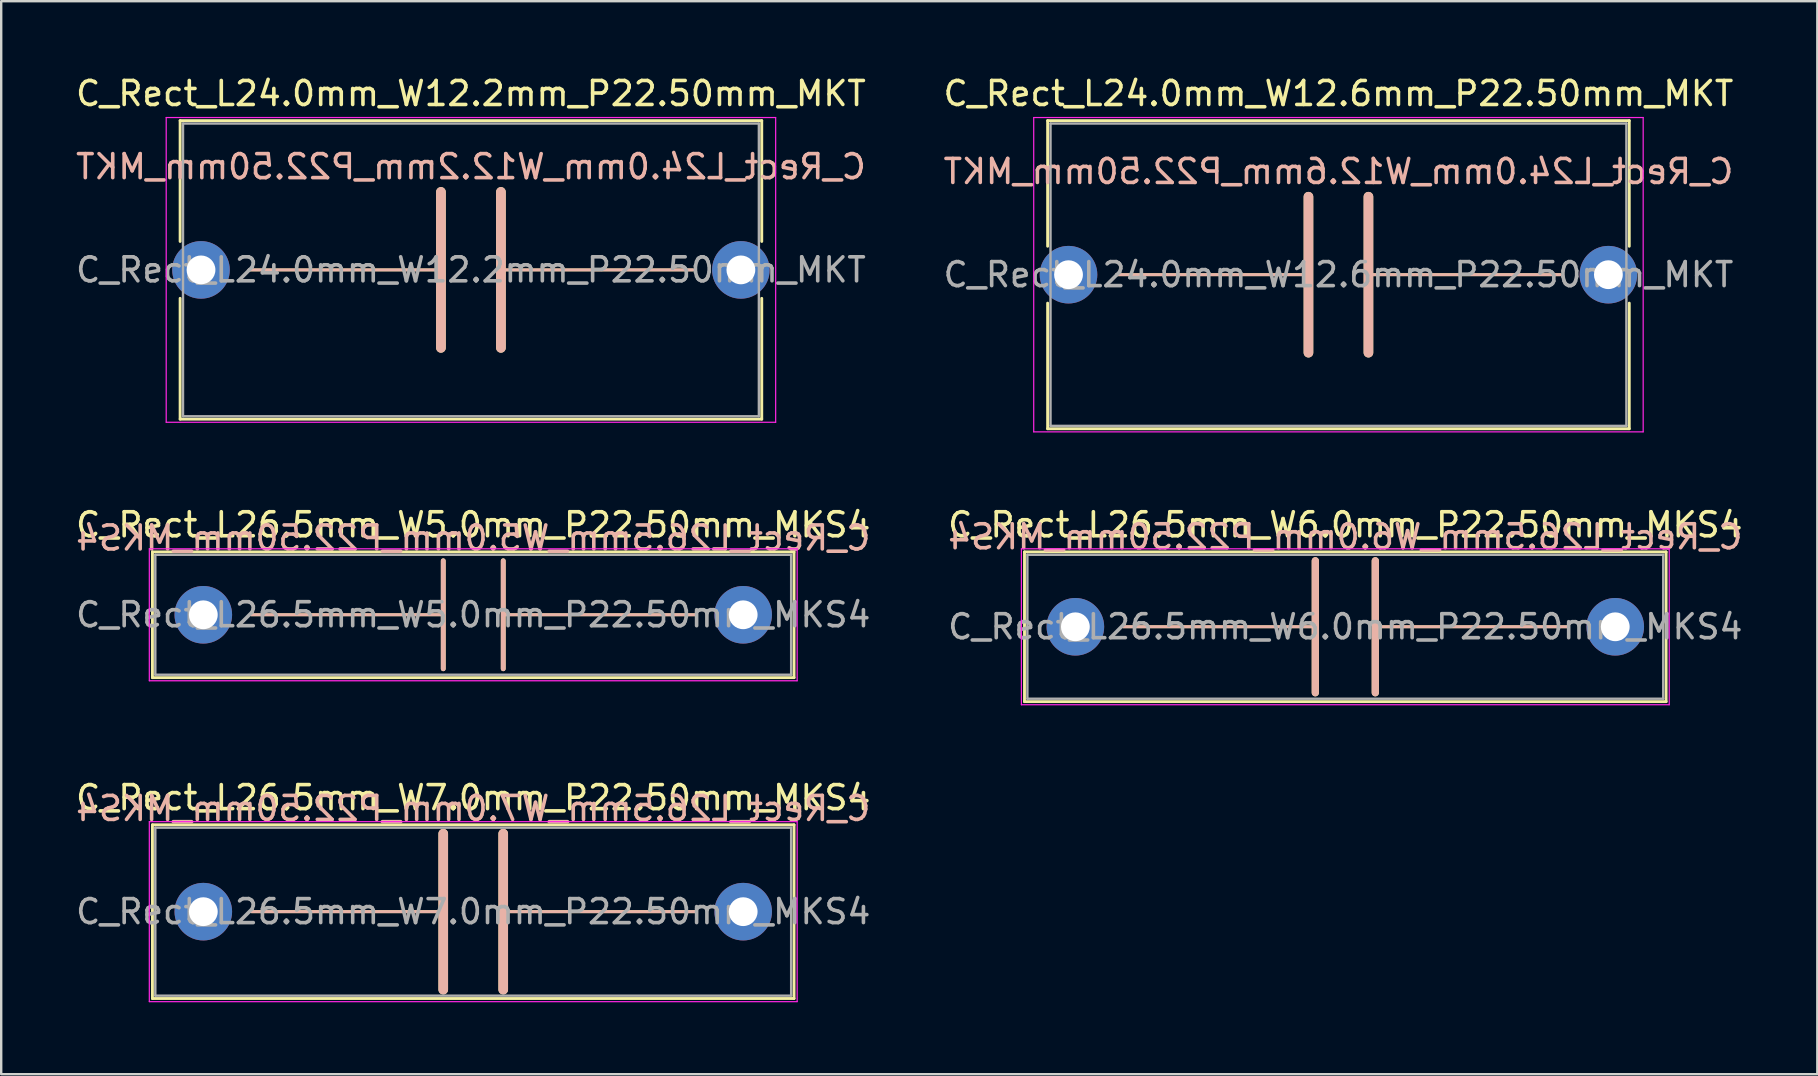
<source format=kicad_pcb>
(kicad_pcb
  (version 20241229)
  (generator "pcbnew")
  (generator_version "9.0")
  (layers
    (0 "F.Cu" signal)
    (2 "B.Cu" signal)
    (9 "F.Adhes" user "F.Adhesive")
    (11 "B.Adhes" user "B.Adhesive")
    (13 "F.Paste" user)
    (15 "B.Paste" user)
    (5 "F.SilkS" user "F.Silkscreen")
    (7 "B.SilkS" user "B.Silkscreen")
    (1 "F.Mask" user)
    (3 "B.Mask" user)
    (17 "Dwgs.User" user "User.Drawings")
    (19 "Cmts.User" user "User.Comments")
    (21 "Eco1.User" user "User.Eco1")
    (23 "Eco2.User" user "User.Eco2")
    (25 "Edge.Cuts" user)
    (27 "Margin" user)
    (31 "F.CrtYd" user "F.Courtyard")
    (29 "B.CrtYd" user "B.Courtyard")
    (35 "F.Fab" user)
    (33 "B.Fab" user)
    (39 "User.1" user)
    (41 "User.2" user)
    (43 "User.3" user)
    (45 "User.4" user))
  (footprint "C_Rect_L26.5mm_W5.0mm_P22.50mm_MKS4"
    (layer "F.Cu")
    (at 5.423 22.572)
    (property "Reference" "C_Rect_L26.5mm_W5.0mm_P22.50mm_MKS4" (at 11.25 -3.75 0) (layer "F.SilkS") (effects (font (size 1 1) (thickness 0.15))))
    (fp_line (start -2.12 -2.62) (end -2.12 2.62) (stroke (width 0.12) (type solid)) (layer "F.SilkS"))
    (fp_line (start -2.12 -2.62) (end 24.62 -2.62) (stroke (width 0.12) (type solid)) (layer "F.SilkS"))
    (fp_line (start -2.12 2.62) (end 24.62 2.62) (stroke (width 0.12) (type solid)) (layer "F.SilkS"))
    (fp_line (start 2 0) (end 10 0) (stroke (width 0.12) (type solid)) (layer "F.SilkS"))
    (fp_line (start 10 -2.25) (end 10 2.25) (stroke (width 0.2) (type solid)) (layer "F.SilkS"))
    (fp_line (start 12.5 -2.25) (end 12.5 2.25) (stroke (width 0.2) (type solid)) (layer "F.SilkS"))
    (fp_line (start 12.5 0) (end 20.5 0) (stroke (width 0.12) (type solid)) (layer "F.SilkS"))
    (fp_line (start 24.62 -2.62) (end 24.62 2.62) (stroke (width 0.12) (type solid)) (layer "F.SilkS"))
    (fp_line (start 2 0) (end 10 0) (stroke (width 0.12) (type solid)) (layer "B.SilkS"))
    (fp_line (start 10 2.25) (end 10 -2.25) (stroke (width 0.2) (type solid)) (layer "B.SilkS"))
    (fp_line (start 12.5 0) (end 20.5 0) (stroke (width 0.12) (type solid)) (layer "B.SilkS"))
    (fp_line (start 12.5 2.25) (end 12.5 -2.25) (stroke (width 0.2) (type solid)) (layer "B.SilkS"))
    (fp_line (start -2.25 -2.75) (end -2.25 2.75) (stroke (width 0.05) (type solid)) (layer "F.CrtYd"))
    (fp_line (start -2.25 2.75) (end 24.75 2.75) (stroke (width 0.05) (type solid)) (layer "F.CrtYd"))
    (fp_line (start 24.75 -2.75) (end -2.25 -2.75) (stroke (width 0.05) (type solid)) (layer "F.CrtYd"))
    (fp_line (start 24.75 2.75) (end 24.75 -2.75) (stroke (width 0.05) (type solid)) (layer "F.CrtYd"))
    (fp_line (start -2 -2.5) (end -2 2.5) (stroke (width 0.1) (type solid)) (layer "F.Fab"))
    (fp_line (start -2 2.5) (end 24.5 2.5) (stroke (width 0.1) (type solid)) (layer "F.Fab"))
    (fp_line (start 24.5 -2.5) (end -2 -2.5) (stroke (width 0.1) (type solid)) (layer "F.Fab"))
    (fp_line (start 24.5 2.5) (end 24.5 -2.5) (stroke (width 0.1) (type solid)) (layer "F.Fab"))
    (fp_text user "${REFERENCE}" (at 11.25 -3.2 0) (layer "B.SilkS") (effects (font (size 1 1) (thickness 0.15)) (justify mirror)))
    (fp_text user "${REFERENCE}" (at 11.25 0 0) (layer "F.Fab") (effects (font (size 1 1) (thickness 0.15))))
    (pad "1" thru_hole circle (at 0 0) (size 2.4 2.4) (drill 1.2) (layers "*.Cu" "*.Mask"))
    (pad "2" thru_hole circle (at 22.5 0) (size 2.4 2.4) (drill 1.2) (layers "*.Cu" "*.Mask")))
  (footprint "C_Rect_L26.5mm_W6.0mm_P22.50mm_MKS4"
    (layer "F.Cu")
    (at 41.768 23.072)
    (property "Reference" "C_Rect_L26.5mm_W6.0mm_P22.50mm_MKS4" (at 11.25 -4.25 0) (layer "F.SilkS") (effects (font (size 1 1) (thickness 0.15))))
    (fp_line (start -2.12 -3.12) (end -2.12 3.12) (stroke (width 0.12) (type solid)) (layer "F.SilkS"))
    (fp_line (start -2.12 -3.12) (end 24.62 -3.12) (stroke (width 0.12) (type solid)) (layer "F.SilkS"))
    (fp_line (start -2.12 3.12) (end 24.62 3.12) (stroke (width 0.12) (type solid)) (layer "F.SilkS"))
    (fp_line (start 2 0) (end 10 0) (stroke (width 0.12) (type solid)) (layer "F.SilkS"))
    (fp_line (start 10 -2.75) (end 10 2.75) (stroke (width 0.3) (type solid)) (layer "F.SilkS"))
    (fp_line (start 12.5 -2.75) (end 12.5 2.75) (stroke (width 0.3) (type solid)) (layer "F.SilkS"))
    (fp_line (start 12.5 0) (end 20.5 0) (stroke (width 0.12) (type solid)) (layer "F.SilkS"))
    (fp_line (start 24.62 -3.12) (end 24.62 3.12) (stroke (width 0.12) (type solid)) (layer "F.SilkS"))
    (fp_line (start 2 0) (end 10 0) (stroke (width 0.12) (type solid)) (layer "B.SilkS"))
    (fp_line (start 10 2.75) (end 10 -2.75) (stroke (width 0.3) (type solid)) (layer "B.SilkS"))
    (fp_line (start 12.5 0) (end 20.5 0) (stroke (width 0.12) (type solid)) (layer "B.SilkS"))
    (fp_line (start 12.5 2.75) (end 12.5 -2.75) (stroke (width 0.3) (type solid)) (layer "B.SilkS"))
    (fp_line (start -2.25 -3.25) (end -2.25 3.25) (stroke (width 0.05) (type solid)) (layer "F.CrtYd"))
    (fp_line (start -2.25 3.25) (end 24.75 3.25) (stroke (width 0.05) (type solid)) (layer "F.CrtYd"))
    (fp_line (start 24.75 -3.25) (end -2.25 -3.25) (stroke (width 0.05) (type solid)) (layer "F.CrtYd"))
    (fp_line (start 24.75 3.25) (end 24.75 -3.25) (stroke (width 0.05) (type solid)) (layer "F.CrtYd"))
    (fp_line (start -2 -3) (end -2 3) (stroke (width 0.1) (type solid)) (layer "F.Fab"))
    (fp_line (start -2 3) (end 24.5 3) (stroke (width 0.1) (type solid)) (layer "F.Fab"))
    (fp_line (start 24.5 -3) (end -2 -3) (stroke (width 0.1) (type solid)) (layer "F.Fab"))
    (fp_line (start 24.5 3) (end 24.5 -3) (stroke (width 0.1) (type solid)) (layer "F.Fab"))
    (fp_text user "${REFERENCE}" (at 11.25 -3.75 0) (layer "B.SilkS") (effects (font (size 1 1) (thickness 0.15)) (justify mirror)))
    (fp_text user "${REFERENCE}" (at 11.25 0 0) (layer "F.Fab") (effects (font (size 1 1) (thickness 0.15))))
    (pad "1" thru_hole circle (at 0 0) (size 2.4 2.4) (drill 1.2) (layers "*.Cu" "*.Mask"))
    (pad "2" thru_hole circle (at 22.5 0) (size 2.4 2.4) (drill 1.2) (layers "*.Cu" "*.Mask")))
  (footprint "C_Rect_L26.5mm_W7.0mm_P22.50mm_MKS4"
    (layer "F.Cu")
    (at 5.423 34.945)
    (property "Reference" "C_Rect_L26.5mm_W7.0mm_P22.50mm_MKS4" (at 11.25 -4.75 0) (layer "F.SilkS") (effects (font (size 1 1) (thickness 0.15))))
    (fp_line (start -2.12 -3.62) (end -2.12 3.62) (stroke (width 0.12) (type solid)) (layer "F.SilkS"))
    (fp_line (start -2.12 -3.62) (end 24.62 -3.62) (stroke (width 0.12) (type solid)) (layer "F.SilkS"))
    (fp_line (start -2.12 3.62) (end 24.62 3.62) (stroke (width 0.12) (type solid)) (layer "F.SilkS"))
    (fp_line (start 2 0) (end 10 0) (stroke (width 0.12) (type solid)) (layer "F.SilkS"))
    (fp_line (start 10 -3.25) (end 10 3.25) (stroke (width 0.4) (type solid)) (layer "F.SilkS"))
    (fp_line (start 12.5 -3.25) (end 12.5 3.25) (stroke (width 0.4) (type solid)) (layer "F.SilkS"))
    (fp_line (start 12.5 0) (end 20.5 0) (stroke (width 0.12) (type solid)) (layer "F.SilkS"))
    (fp_line (start 24.62 -3.62) (end 24.62 3.62) (stroke (width 0.12) (type solid)) (layer "F.SilkS"))
    (fp_line (start 2 0) (end 10 0) (stroke (width 0.12) (type solid)) (layer "B.SilkS"))
    (fp_line (start 10 3.25) (end 10 -3.25) (stroke (width 0.4) (type solid)) (layer "B.SilkS"))
    (fp_line (start 12.5 0) (end 20.5 0) (stroke (width 0.12) (type solid)) (layer "B.SilkS"))
    (fp_line (start 12.5 3.25) (end 12.5 -3.25) (stroke (width 0.4) (type solid)) (layer "B.SilkS"))
    (fp_line (start -2.25 -3.75) (end -2.25 3.75) (stroke (width 0.05) (type solid)) (layer "F.CrtYd"))
    (fp_line (start -2.25 3.75) (end 24.75 3.75) (stroke (width 0.05) (type solid)) (layer "F.CrtYd"))
    (fp_line (start 24.75 -3.75) (end -2.25 -3.75) (stroke (width 0.05) (type solid)) (layer "F.CrtYd"))
    (fp_line (start 24.75 3.75) (end 24.75 -3.75) (stroke (width 0.05) (type solid)) (layer "F.CrtYd"))
    (fp_line (start -2 -3.5) (end -2 3.5) (stroke (width 0.1) (type solid)) (layer "F.Fab"))
    (fp_line (start -2 3.5) (end 24.5 3.5) (stroke (width 0.1) (type solid)) (layer "F.Fab"))
    (fp_line (start 24.5 -3.5) (end -2 -3.5) (stroke (width 0.1) (type solid)) (layer "F.Fab"))
    (fp_line (start 24.5 3.5) (end 24.5 -3.5) (stroke (width 0.1) (type solid)) (layer "F.Fab"))
    (fp_text user "${REFERENCE}" (at 11.25 -4.3 0) (layer "B.SilkS") (effects (font (size 1 1) (thickness 0.15)) (justify mirror)))
    (fp_text user "${REFERENCE}" (at 11.25 0 0) (layer "F.Fab") (effects (font (size 1 1) (thickness 0.15))))
    (pad "1" thru_hole circle (at 0 0) (size 2.4 2.4) (drill 1.2) (layers "*.Cu" "*.Mask"))
    (pad "2" thru_hole circle (at 22.5 0) (size 2.4 2.4) (drill 1.2) (layers "*.Cu" "*.Mask")))
  (footprint "C_Rect_L24.0mm_W12.6mm_P22.50mm_MKT"
    (layer "F.Cu")
    (at 41.482 8.398)
    (property "Reference" "C_Rect_L24.0mm_W12.6mm_P22.50mm_MKT" (at 11.25 -7.55 0) (layer "F.SilkS") (effects (font (size 1 1) (thickness 0.15))))
    (fp_line (start -0.87 -6.42) (end -0.87 -1.185) (stroke (width 0.12) (type solid)) (layer "F.SilkS"))
    (fp_line (start -0.87 -6.42) (end 23.37 -6.42) (stroke (width 0.12) (type solid)) (layer "F.SilkS"))
    (fp_line (start -0.87 1.185) (end -0.87 6.42) (stroke (width 0.12) (type solid)) (layer "F.SilkS"))
    (fp_line (start -0.87 6.42) (end 23.37 6.42) (stroke (width 0.12) (type solid)) (layer "F.SilkS"))
    (fp_line (start 2 0) (end 10 0) (stroke (width 0.12) (type solid)) (layer "F.SilkS"))
    (fp_line (start 10 -3.25) (end 10 3.25) (stroke (width 0.4) (type solid)) (layer "F.SilkS"))
    (fp_line (start 12.5 -3.25) (end 12.5 3.25) (stroke (width 0.4) (type solid)) (layer "F.SilkS"))
    (fp_line (start 12.5 0) (end 20.5 0) (stroke (width 0.12) (type solid)) (layer "F.SilkS"))
    (fp_line (start 23.37 -6.42) (end 23.37 -1.185) (stroke (width 0.12) (type solid)) (layer "F.SilkS"))
    (fp_line (start 23.37 1.185) (end 23.37 6.42) (stroke (width 0.12) (type solid)) (layer "F.SilkS"))
    (fp_line (start 2 0) (end 10 0) (stroke (width 0.12) (type solid)) (layer "B.SilkS"))
    (fp_line (start 10 3.25) (end 10 -3.25) (stroke (width 0.4) (type solid)) (layer "B.SilkS"))
    (fp_line (start 12.5 0) (end 20.5 0) (stroke (width 0.12) (type solid)) (layer "B.SilkS"))
    (fp_line (start 12.5 3.25) (end 12.5 -3.25) (stroke (width 0.4) (type solid)) (layer "B.SilkS"))
    (fp_line (start -1.45 -6.55) (end -1.45 6.55) (stroke (width 0.05) (type solid)) (layer "F.CrtYd"))
    (fp_line (start -1.45 6.55) (end 23.95 6.55) (stroke (width 0.05) (type solid)) (layer "F.CrtYd"))
    (fp_line (start 23.95 -6.55) (end -1.45 -6.55) (stroke (width 0.05) (type solid)) (layer "F.CrtYd"))
    (fp_line (start 23.95 6.55) (end 23.95 -6.55) (stroke (width 0.05) (type solid)) (layer "F.CrtYd"))
    (fp_line (start -0.75 -6.3) (end -0.75 6.3) (stroke (width 0.1) (type solid)) (layer "F.Fab"))
    (fp_line (start -0.75 6.3) (end 23.25 6.3) (stroke (width 0.1) (type solid)) (layer "F.Fab"))
    (fp_line (start 23.25 -6.3) (end -0.75 -6.3) (stroke (width 0.1) (type solid)) (layer "F.Fab"))
    (fp_line (start 23.25 6.3) (end 23.25 -6.3) (stroke (width 0.1) (type solid)) (layer "F.Fab"))
    (fp_text user "${REFERENCE}" (at 11.25 -4.3 0) (layer "B.SilkS") (effects (font (size 1 1) (thickness 0.15)) (justify mirror)))
    (fp_text user "${REFERENCE}" (at 11.25 0 0) (layer "F.Fab") (effects (font (size 1 1) (thickness 0.15))))
    (pad "1" thru_hole circle (at 0 0) (size 2.4 2.4) (drill 1.2) (layers "*.Cu" "*.Mask"))
    (pad "2" thru_hole circle (at 22.5 0) (size 2.4 2.4) (drill 1.2) (layers "*.Cu" "*.Mask")))
  (footprint "C_Rect_L24.0mm_W12.2mm_P22.50mm_MKT"
    (layer "F.Cu")
    (at 5.327 8.198)
    (property "Reference" "C_Rect_L24.0mm_W12.2mm_P22.50mm_MKT" (at 11.25 -7.35 0) (layer "F.SilkS") (effects (font (size 1 1) (thickness 0.15))))
    (fp_line (start -0.87 -6.22) (end -0.87 -1.185) (stroke (width 0.12) (type solid)) (layer "F.SilkS"))
    (fp_line (start -0.87 -6.22) (end 23.37 -6.22) (stroke (width 0.12) (type solid)) (layer "F.SilkS"))
    (fp_line (start -0.87 1.185) (end -0.87 6.22) (stroke (width 0.12) (type solid)) (layer "F.SilkS"))
    (fp_line (start -0.87 6.22) (end 23.37 6.22) (stroke (width 0.12) (type solid)) (layer "F.SilkS"))
    (fp_line (start 2 0) (end 10 0) (stroke (width 0.12) (type solid)) (layer "F.SilkS"))
    (fp_line (start 10 -3.25) (end 10 3.25) (stroke (width 0.4) (type solid)) (layer "F.SilkS"))
    (fp_line (start 12.5 -3.25) (end 12.5 3.25) (stroke (width 0.4) (type solid)) (layer "F.SilkS"))
    (fp_line (start 12.5 0) (end 20.5 0) (stroke (width 0.12) (type solid)) (layer "F.SilkS"))
    (fp_line (start 23.37 -6.22) (end 23.37 -1.185) (stroke (width 0.12) (type solid)) (layer "F.SilkS"))
    (fp_line (start 23.37 1.185) (end 23.37 6.22) (stroke (width 0.12) (type solid)) (layer "F.SilkS"))
    (fp_line (start 2 0) (end 10 0) (stroke (width 0.12) (type solid)) (layer "B.SilkS"))
    (fp_line (start 10 3.25) (end 10 -3.25) (stroke (width 0.4) (type solid)) (layer "B.SilkS"))
    (fp_line (start 12.5 0) (end 20.5 0) (stroke (width 0.12) (type solid)) (layer "B.SilkS"))
    (fp_line (start 12.5 3.25) (end 12.5 -3.25) (stroke (width 0.4) (type solid)) (layer "B.SilkS"))
    (fp_line (start -1.45 -6.35) (end -1.45 6.35) (stroke (width 0.05) (type solid)) (layer "F.CrtYd"))
    (fp_line (start -1.45 6.35) (end 23.95 6.35) (stroke (width 0.05) (type solid)) (layer "F.CrtYd"))
    (fp_line (start 23.95 -6.35) (end -1.45 -6.35) (stroke (width 0.05) (type solid)) (layer "F.CrtYd"))
    (fp_line (start 23.95 6.35) (end 23.95 -6.35) (stroke (width 0.05) (type solid)) (layer "F.CrtYd"))
    (fp_line (start -0.75 -6.1) (end -0.75 6.1) (stroke (width 0.1) (type solid)) (layer "F.Fab"))
    (fp_line (start -0.75 6.1) (end 23.25 6.1) (stroke (width 0.1) (type solid)) (layer "F.Fab"))
    (fp_line (start 23.25 -6.1) (end -0.75 -6.1) (stroke (width 0.1) (type solid)) (layer "F.Fab"))
    (fp_line (start 23.25 6.1) (end 23.25 -6.1) (stroke (width 0.1) (type solid)) (layer "F.Fab"))
    (fp_text user "${REFERENCE}" (at 11.25 -4.3 0) (layer "B.SilkS") (effects (font (size 1 1) (thickness 0.15)) (justify mirror)))
    (fp_text user "${REFERENCE}" (at 11.25 0 0) (layer "F.Fab") (effects (font (size 1 1) (thickness 0.15))))
    (pad "1" thru_hole circle (at 0 0) (size 2.4 2.4) (drill 1.2) (layers "*.Cu" "*.Mask"))
    (pad "2" thru_hole circle (at 22.5 0) (size 2.4 2.4) (drill 1.2) (layers "*.Cu" "*.Mask")))
  (gr_rect
    (start -3 -3)
    (end 72.69 41.72)
    (stroke (width 0.1) (type default))
    (fill no)
    (layer "Edge.Cuts")))
</source>
